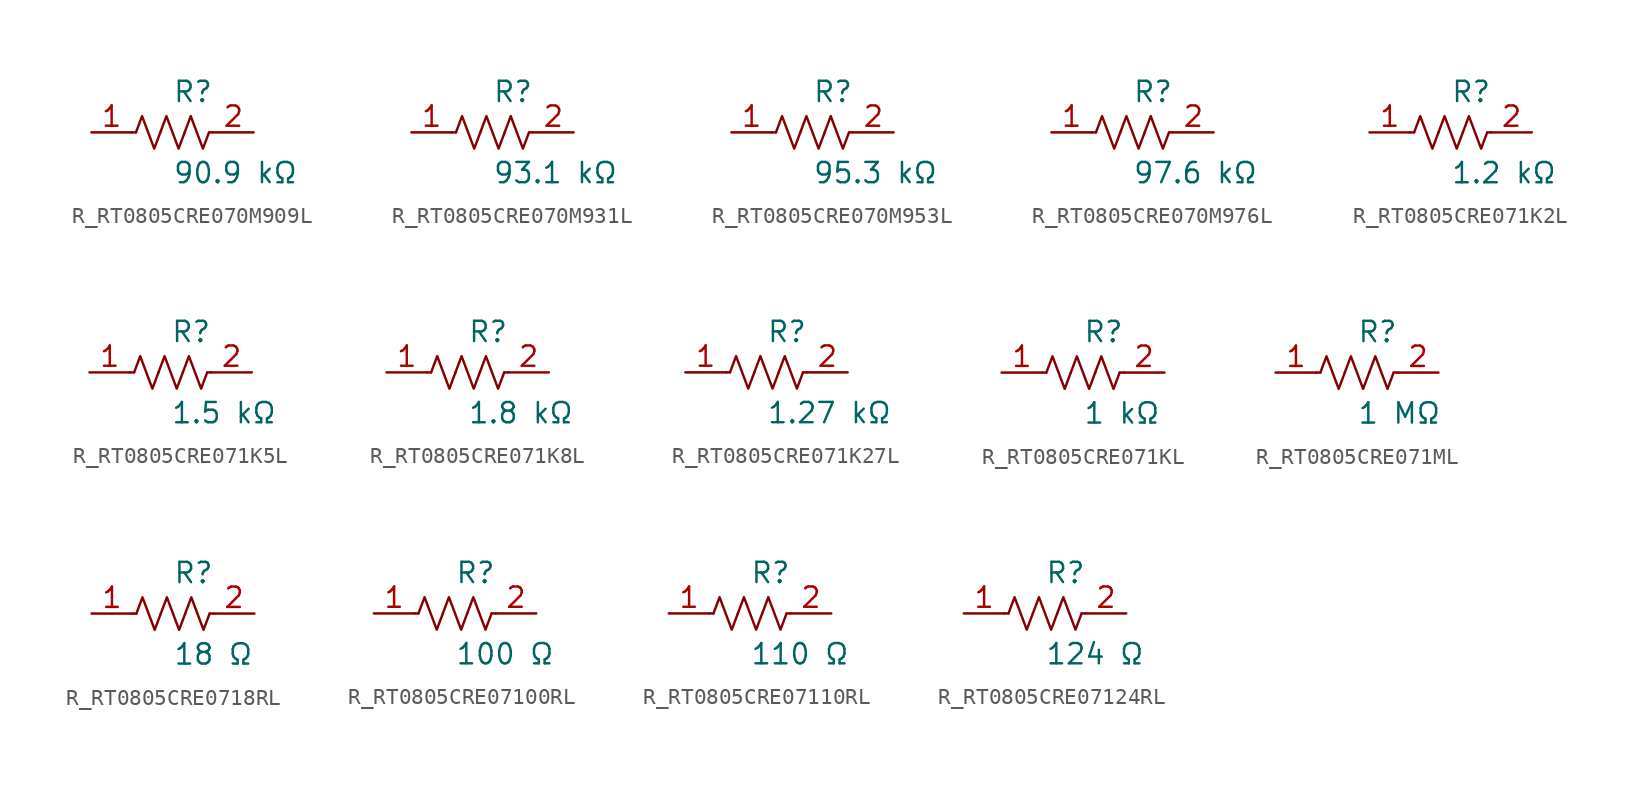
<source format=kicad_sym>
(kicad_symbol_lib
  (version 20231120)
  (generator kicad_symbol_editor)
  (generator_version 8.0)
  (symbol "R_RT0805CRE070M909L"
    (pin_names
      (offset 0.254))
    (property "Reference" "R"
      (at 0.0 2.54 0)
      (effects (font (size 1.27 1.27)) (justify left)))
    (property "Value" "90.9 kΩ"
      (at 0.0 -2.54 0)
      (effects (font (size 1.27 1.27)) (justify left)))
    (symbol "R_RT0805CRE070M909L_0_1"
      (polyline (pts (xy 2.286 0) (xy 2.54 0)) (stroke (width 0) (type default)) (fill (type none)))
      (polyline (pts (xy -2.286 0) (xy -2.54 0)) (stroke (width 0) (type default)) (fill (type none)))
      (polyline (pts (xy 0.762 0) (xy 1.143 1.016) (xy 1.524 0) (xy 1.905 -1.016) (xy 2.286 0)) (stroke (width 0) (type default)) (fill (type none)))
      (polyline (pts (xy -0.762 0) (xy -0.381 1.016) (xy 0 0) (xy 0.381 -1.016) (xy 0.762 0)) (stroke (width 0) (type default)) (fill (type none)))
      (polyline (pts (xy -2.286 0) (xy -1.905 1.016) (xy -1.524 0) (xy -1.143 -1.016) (xy -0.762 0)) (stroke (width 0) (type default)) (fill (type none))))
    (pin unspecified line
      (at -5.08 0 0)
      (length 2.54)
      (name "" (effects (font (size 1.27 1.27))))
      (number "1" (effects (font (size 1.27 1.27)))))
    (pin unspecified line
      (at 5.08 0 180)
      (length 2.54)
      (name "" (effects (font (size 1.27 1.27))))
      (number "2" (effects (font (size 1.27 1.27))))))
  (symbol "R_RT0805CRE070M931L"
    (pin_names
      (offset 0.254))
    (property "Reference" "R"
      (at 0.0 2.54 0)
      (effects (font (size 1.27 1.27)) (justify left)))
    (property "Value" "93.1 kΩ"
      (at 0.0 -2.54 0)
      (effects (font (size 1.27 1.27)) (justify left)))
    (symbol "R_RT0805CRE070M931L_0_1"
      (polyline (pts (xy 2.286 0) (xy 2.54 0)) (stroke (width 0) (type default)) (fill (type none)))
      (polyline (pts (xy -2.286 0) (xy -2.54 0)) (stroke (width 0) (type default)) (fill (type none)))
      (polyline (pts (xy 0.762 0) (xy 1.143 1.016) (xy 1.524 0) (xy 1.905 -1.016) (xy 2.286 0)) (stroke (width 0) (type default)) (fill (type none)))
      (polyline (pts (xy -0.762 0) (xy -0.381 1.016) (xy 0 0) (xy 0.381 -1.016) (xy 0.762 0)) (stroke (width 0) (type default)) (fill (type none)))
      (polyline (pts (xy -2.286 0) (xy -1.905 1.016) (xy -1.524 0) (xy -1.143 -1.016) (xy -0.762 0)) (stroke (width 0) (type default)) (fill (type none))))
    (pin unspecified line
      (at -5.08 0 0)
      (length 2.54)
      (name "" (effects (font (size 1.27 1.27))))
      (number "1" (effects (font (size 1.27 1.27)))))
    (pin unspecified line
      (at 5.08 0 180)
      (length 2.54)
      (name "" (effects (font (size 1.27 1.27))))
      (number "2" (effects (font (size 1.27 1.27))))))
  (symbol "R_RT0805CRE070M953L"
    (pin_names
      (offset 0.254))
    (property "Reference" "R"
      (at 0.0 2.54 0)
      (effects (font (size 1.27 1.27)) (justify left)))
    (property "Value" "95.3 kΩ"
      (at 0.0 -2.54 0)
      (effects (font (size 1.27 1.27)) (justify left)))
    (symbol "R_RT0805CRE070M953L_0_1"
      (polyline (pts (xy 2.286 0) (xy 2.54 0)) (stroke (width 0) (type default)) (fill (type none)))
      (polyline (pts (xy -2.286 0) (xy -2.54 0)) (stroke (width 0) (type default)) (fill (type none)))
      (polyline (pts (xy 0.762 0) (xy 1.143 1.016) (xy 1.524 0) (xy 1.905 -1.016) (xy 2.286 0)) (stroke (width 0) (type default)) (fill (type none)))
      (polyline (pts (xy -0.762 0) (xy -0.381 1.016) (xy 0 0) (xy 0.381 -1.016) (xy 0.762 0)) (stroke (width 0) (type default)) (fill (type none)))
      (polyline (pts (xy -2.286 0) (xy -1.905 1.016) (xy -1.524 0) (xy -1.143 -1.016) (xy -0.762 0)) (stroke (width 0) (type default)) (fill (type none))))
    (pin unspecified line
      (at -5.08 0 0)
      (length 2.54)
      (name "" (effects (font (size 1.27 1.27))))
      (number "1" (effects (font (size 1.27 1.27)))))
    (pin unspecified line
      (at 5.08 0 180)
      (length 2.54)
      (name "" (effects (font (size 1.27 1.27))))
      (number "2" (effects (font (size 1.27 1.27))))))
  (symbol "R_RT0805CRE070M976L"
    (pin_names
      (offset 0.254))
    (property "Reference" "R"
      (at 0.0 2.54 0)
      (effects (font (size 1.27 1.27)) (justify left)))
    (property "Value" "97.6 kΩ"
      (at 0.0 -2.54 0)
      (effects (font (size 1.27 1.27)) (justify left)))
    (symbol "R_RT0805CRE070M976L_0_1"
      (polyline (pts (xy 2.286 0) (xy 2.54 0)) (stroke (width 0) (type default)) (fill (type none)))
      (polyline (pts (xy -2.286 0) (xy -2.54 0)) (stroke (width 0) (type default)) (fill (type none)))
      (polyline (pts (xy 0.762 0) (xy 1.143 1.016) (xy 1.524 0) (xy 1.905 -1.016) (xy 2.286 0)) (stroke (width 0) (type default)) (fill (type none)))
      (polyline (pts (xy -0.762 0) (xy -0.381 1.016) (xy 0 0) (xy 0.381 -1.016) (xy 0.762 0)) (stroke (width 0) (type default)) (fill (type none)))
      (polyline (pts (xy -2.286 0) (xy -1.905 1.016) (xy -1.524 0) (xy -1.143 -1.016) (xy -0.762 0)) (stroke (width 0) (type default)) (fill (type none))))
    (pin unspecified line
      (at -5.08 0 0)
      (length 2.54)
      (name "" (effects (font (size 1.27 1.27))))
      (number "1" (effects (font (size 1.27 1.27)))))
    (pin unspecified line
      (at 5.08 0 180)
      (length 2.54)
      (name "" (effects (font (size 1.27 1.27))))
      (number "2" (effects (font (size 1.27 1.27))))))
  (symbol "R_RT0805CRE071K2L"
    (pin_names
      (offset 0.254))
    (property "Reference" "R"
      (at 0.0 2.54 0)
      (effects (font (size 1.27 1.27)) (justify left)))
    (property "Value" "1.2 kΩ"
      (at 0.0 -2.54 0)
      (effects (font (size 1.27 1.27)) (justify left)))
    (symbol "R_RT0805CRE071K2L_0_1"
      (polyline (pts (xy 2.286 0) (xy 2.54 0)) (stroke (width 0) (type default)) (fill (type none)))
      (polyline (pts (xy -2.286 0) (xy -2.54 0)) (stroke (width 0) (type default)) (fill (type none)))
      (polyline (pts (xy 0.762 0) (xy 1.143 1.016) (xy 1.524 0) (xy 1.905 -1.016) (xy 2.286 0)) (stroke (width 0) (type default)) (fill (type none)))
      (polyline (pts (xy -0.762 0) (xy -0.381 1.016) (xy 0 0) (xy 0.381 -1.016) (xy 0.762 0)) (stroke (width 0) (type default)) (fill (type none)))
      (polyline (pts (xy -2.286 0) (xy -1.905 1.016) (xy -1.524 0) (xy -1.143 -1.016) (xy -0.762 0)) (stroke (width 0) (type default)) (fill (type none))))
    (pin unspecified line
      (at -5.08 0 0)
      (length 2.54)
      (name "" (effects (font (size 1.27 1.27))))
      (number "1" (effects (font (size 1.27 1.27)))))
    (pin unspecified line
      (at 5.08 0 180)
      (length 2.54)
      (name "" (effects (font (size 1.27 1.27))))
      (number "2" (effects (font (size 1.27 1.27))))))
  (symbol "R_RT0805CRE071K5L"
    (pin_names
      (offset 0.254))
    (property "Reference" "R"
      (at 0.0 2.54 0)
      (effects (font (size 1.27 1.27)) (justify left)))
    (property "Value" "1.5 kΩ"
      (at 0.0 -2.54 0)
      (effects (font (size 1.27 1.27)) (justify left)))
    (symbol "R_RT0805CRE071K5L_0_1"
      (polyline (pts (xy 2.286 0) (xy 2.54 0)) (stroke (width 0) (type default)) (fill (type none)))
      (polyline (pts (xy -2.286 0) (xy -2.54 0)) (stroke (width 0) (type default)) (fill (type none)))
      (polyline (pts (xy 0.762 0) (xy 1.143 1.016) (xy 1.524 0) (xy 1.905 -1.016) (xy 2.286 0)) (stroke (width 0) (type default)) (fill (type none)))
      (polyline (pts (xy -0.762 0) (xy -0.381 1.016) (xy 0 0) (xy 0.381 -1.016) (xy 0.762 0)) (stroke (width 0) (type default)) (fill (type none)))
      (polyline (pts (xy -2.286 0) (xy -1.905 1.016) (xy -1.524 0) (xy -1.143 -1.016) (xy -0.762 0)) (stroke (width 0) (type default)) (fill (type none))))
    (pin unspecified line
      (at -5.08 0 0)
      (length 2.54)
      (name "" (effects (font (size 1.27 1.27))))
      (number "1" (effects (font (size 1.27 1.27)))))
    (pin unspecified line
      (at 5.08 0 180)
      (length 2.54)
      (name "" (effects (font (size 1.27 1.27))))
      (number "2" (effects (font (size 1.27 1.27))))))
  (symbol "R_RT0805CRE071K8L"
    (pin_names
      (offset 0.254))
    (property "Reference" "R"
      (at 0.0 2.54 0)
      (effects (font (size 1.27 1.27)) (justify left)))
    (property "Value" "1.8 kΩ"
      (at 0.0 -2.54 0)
      (effects (font (size 1.27 1.27)) (justify left)))
    (symbol "R_RT0805CRE071K8L_0_1"
      (polyline (pts (xy 2.286 0) (xy 2.54 0)) (stroke (width 0) (type default)) (fill (type none)))
      (polyline (pts (xy -2.286 0) (xy -2.54 0)) (stroke (width 0) (type default)) (fill (type none)))
      (polyline (pts (xy 0.762 0) (xy 1.143 1.016) (xy 1.524 0) (xy 1.905 -1.016) (xy 2.286 0)) (stroke (width 0) (type default)) (fill (type none)))
      (polyline (pts (xy -0.762 0) (xy -0.381 1.016) (xy 0 0) (xy 0.381 -1.016) (xy 0.762 0)) (stroke (width 0) (type default)) (fill (type none)))
      (polyline (pts (xy -2.286 0) (xy -1.905 1.016) (xy -1.524 0) (xy -1.143 -1.016) (xy -0.762 0)) (stroke (width 0) (type default)) (fill (type none))))
    (pin unspecified line
      (at -5.08 0 0)
      (length 2.54)
      (name "" (effects (font (size 1.27 1.27))))
      (number "1" (effects (font (size 1.27 1.27)))))
    (pin unspecified line
      (at 5.08 0 180)
      (length 2.54)
      (name "" (effects (font (size 1.27 1.27))))
      (number "2" (effects (font (size 1.27 1.27))))))
  (symbol "R_RT0805CRE071K27L"
    (pin_names
      (offset 0.254))
    (property "Reference" "R"
      (at 0.0 2.54 0)
      (effects (font (size 1.27 1.27)) (justify left)))
    (property "Value" "1.27 kΩ"
      (at 0.0 -2.54 0)
      (effects (font (size 1.27 1.27)) (justify left)))
    (symbol "R_RT0805CRE071K27L_0_1"
      (polyline (pts (xy 2.286 0) (xy 2.54 0)) (stroke (width 0) (type default)) (fill (type none)))
      (polyline (pts (xy -2.286 0) (xy -2.54 0)) (stroke (width 0) (type default)) (fill (type none)))
      (polyline (pts (xy 0.762 0) (xy 1.143 1.016) (xy 1.524 0) (xy 1.905 -1.016) (xy 2.286 0)) (stroke (width 0) (type default)) (fill (type none)))
      (polyline (pts (xy -0.762 0) (xy -0.381 1.016) (xy 0 0) (xy 0.381 -1.016) (xy 0.762 0)) (stroke (width 0) (type default)) (fill (type none)))
      (polyline (pts (xy -2.286 0) (xy -1.905 1.016) (xy -1.524 0) (xy -1.143 -1.016) (xy -0.762 0)) (stroke (width 0) (type default)) (fill (type none))))
    (pin unspecified line
      (at -5.08 0 0)
      (length 2.54)
      (name "" (effects (font (size 1.27 1.27))))
      (number "1" (effects (font (size 1.27 1.27)))))
    (pin unspecified line
      (at 5.08 0 180)
      (length 2.54)
      (name "" (effects (font (size 1.27 1.27))))
      (number "2" (effects (font (size 1.27 1.27))))))
  (symbol "R_RT0805CRE071KL"
    (pin_names
      (offset 0.254))
    (property "Reference" "R"
      (at 0.0 2.54 0)
      (effects (font (size 1.27 1.27)) (justify left)))
    (property "Value" "1 kΩ"
      (at 0.0 -2.54 0)
      (effects (font (size 1.27 1.27)) (justify left)))
    (symbol "R_RT0805CRE071KL_0_1"
      (polyline (pts (xy 2.286 0) (xy 2.54 0)) (stroke (width 0) (type default)) (fill (type none)))
      (polyline (pts (xy -2.286 0) (xy -2.54 0)) (stroke (width 0) (type default)) (fill (type none)))
      (polyline (pts (xy 0.762 0) (xy 1.143 1.016) (xy 1.524 0) (xy 1.905 -1.016) (xy 2.286 0)) (stroke (width 0) (type default)) (fill (type none)))
      (polyline (pts (xy -0.762 0) (xy -0.381 1.016) (xy 0 0) (xy 0.381 -1.016) (xy 0.762 0)) (stroke (width 0) (type default)) (fill (type none)))
      (polyline (pts (xy -2.286 0) (xy -1.905 1.016) (xy -1.524 0) (xy -1.143 -1.016) (xy -0.762 0)) (stroke (width 0) (type default)) (fill (type none))))
    (pin unspecified line
      (at -5.08 0 0)
      (length 2.54)
      (name "" (effects (font (size 1.27 1.27))))
      (number "1" (effects (font (size 1.27 1.27)))))
    (pin unspecified line
      (at 5.08 0 180)
      (length 2.54)
      (name "" (effects (font (size 1.27 1.27))))
      (number "2" (effects (font (size 1.27 1.27))))))
  (symbol "R_RT0805CRE071ML"
    (pin_names
      (offset 0.254))
    (property "Reference" "R"
      (at 0.0 2.54 0)
      (effects (font (size 1.27 1.27)) (justify left)))
    (property "Value" "1 MΩ"
      (at 0.0 -2.54 0)
      (effects (font (size 1.27 1.27)) (justify left)))
    (symbol "R_RT0805CRE071ML_0_1"
      (polyline (pts (xy 2.286 0) (xy 2.54 0)) (stroke (width 0) (type default)) (fill (type none)))
      (polyline (pts (xy -2.286 0) (xy -2.54 0)) (stroke (width 0) (type default)) (fill (type none)))
      (polyline (pts (xy 0.762 0) (xy 1.143 1.016) (xy 1.524 0) (xy 1.905 -1.016) (xy 2.286 0)) (stroke (width 0) (type default)) (fill (type none)))
      (polyline (pts (xy -0.762 0) (xy -0.381 1.016) (xy 0 0) (xy 0.381 -1.016) (xy 0.762 0)) (stroke (width 0) (type default)) (fill (type none)))
      (polyline (pts (xy -2.286 0) (xy -1.905 1.016) (xy -1.524 0) (xy -1.143 -1.016) (xy -0.762 0)) (stroke (width 0) (type default)) (fill (type none))))
    (pin unspecified line
      (at -5.08 0 0)
      (length 2.54)
      (name "" (effects (font (size 1.27 1.27))))
      (number "1" (effects (font (size 1.27 1.27)))))
    (pin unspecified line
      (at 5.08 0 180)
      (length 2.54)
      (name "" (effects (font (size 1.27 1.27))))
      (number "2" (effects (font (size 1.27 1.27))))))
  (symbol "R_RT0805CRE0718RL"
    (pin_names
      (offset 0.254))
    (property "Reference" "R"
      (at 0.0 2.54 0)
      (effects (font (size 1.27 1.27)) (justify left)))
    (property "Value" "18 Ω"
      (at 0.0 -2.54 0)
      (effects (font (size 1.27 1.27)) (justify left)))
    (symbol "R_RT0805CRE0718RL_0_1"
      (polyline (pts (xy 2.286 0) (xy 2.54 0)) (stroke (width 0) (type default)) (fill (type none)))
      (polyline (pts (xy -2.286 0) (xy -2.54 0)) (stroke (width 0) (type default)) (fill (type none)))
      (polyline (pts (xy 0.762 0) (xy 1.143 1.016) (xy 1.524 0) (xy 1.905 -1.016) (xy 2.286 0)) (stroke (width 0) (type default)) (fill (type none)))
      (polyline (pts (xy -0.762 0) (xy -0.381 1.016) (xy 0 0) (xy 0.381 -1.016) (xy 0.762 0)) (stroke (width 0) (type default)) (fill (type none)))
      (polyline (pts (xy -2.286 0) (xy -1.905 1.016) (xy -1.524 0) (xy -1.143 -1.016) (xy -0.762 0)) (stroke (width 0) (type default)) (fill (type none))))
    (pin unspecified line
      (at -5.08 0 0)
      (length 2.54)
      (name "" (effects (font (size 1.27 1.27))))
      (number "1" (effects (font (size 1.27 1.27)))))
    (pin unspecified line
      (at 5.08 0 180)
      (length 2.54)
      (name "" (effects (font (size 1.27 1.27))))
      (number "2" (effects (font (size 1.27 1.27))))))
  (symbol "R_RT0805CRE07100RL"
    (pin_names
      (offset 0.254))
    (property "Reference" "R"
      (at 0.0 2.54 0)
      (effects (font (size 1.27 1.27)) (justify left)))
    (property "Value" "100 Ω"
      (at 0.0 -2.54 0)
      (effects (font (size 1.27 1.27)) (justify left)))
    (symbol "R_RT0805CRE07100RL_0_1"
      (polyline (pts (xy 2.286 0) (xy 2.54 0)) (stroke (width 0) (type default)) (fill (type none)))
      (polyline (pts (xy -2.286 0) (xy -2.54 0)) (stroke (width 0) (type default)) (fill (type none)))
      (polyline (pts (xy 0.762 0) (xy 1.143 1.016) (xy 1.524 0) (xy 1.905 -1.016) (xy 2.286 0)) (stroke (width 0) (type default)) (fill (type none)))
      (polyline (pts (xy -0.762 0) (xy -0.381 1.016) (xy 0 0) (xy 0.381 -1.016) (xy 0.762 0)) (stroke (width 0) (type default)) (fill (type none)))
      (polyline (pts (xy -2.286 0) (xy -1.905 1.016) (xy -1.524 0) (xy -1.143 -1.016) (xy -0.762 0)) (stroke (width 0) (type default)) (fill (type none))))
    (pin unspecified line
      (at -5.08 0 0)
      (length 2.54)
      (name "" (effects (font (size 1.27 1.27))))
      (number "1" (effects (font (size 1.27 1.27)))))
    (pin unspecified line
      (at 5.08 0 180)
      (length 2.54)
      (name "" (effects (font (size 1.27 1.27))))
      (number "2" (effects (font (size 1.27 1.27))))))
  (symbol "R_RT0805CRE07110RL"
    (pin_names
      (offset 0.254))
    (property "Reference" "R"
      (at 0.0 2.54 0)
      (effects (font (size 1.27 1.27)) (justify left)))
    (property "Value" "110 Ω"
      (at 0.0 -2.54 0)
      (effects (font (size 1.27 1.27)) (justify left)))
    (symbol "R_RT0805CRE07110RL_0_1"
      (polyline (pts (xy 2.286 0) (xy 2.54 0)) (stroke (width 0) (type default)) (fill (type none)))
      (polyline (pts (xy -2.286 0) (xy -2.54 0)) (stroke (width 0) (type default)) (fill (type none)))
      (polyline (pts (xy 0.762 0) (xy 1.143 1.016) (xy 1.524 0) (xy 1.905 -1.016) (xy 2.286 0)) (stroke (width 0) (type default)) (fill (type none)))
      (polyline (pts (xy -0.762 0) (xy -0.381 1.016) (xy 0 0) (xy 0.381 -1.016) (xy 0.762 0)) (stroke (width 0) (type default)) (fill (type none)))
      (polyline (pts (xy -2.286 0) (xy -1.905 1.016) (xy -1.524 0) (xy -1.143 -1.016) (xy -0.762 0)) (stroke (width 0) (type default)) (fill (type none))))
    (pin unspecified line
      (at -5.08 0 0)
      (length 2.54)
      (name "" (effects (font (size 1.27 1.27))))
      (number "1" (effects (font (size 1.27 1.27)))))
    (pin unspecified line
      (at 5.08 0 180)
      (length 2.54)
      (name "" (effects (font (size 1.27 1.27))))
      (number "2" (effects (font (size 1.27 1.27))))))
  (symbol "R_RT0805CRE07124RL"
    (pin_names
      (offset 0.254))
    (property "Reference" "R"
      (at 0.0 2.54 0)
      (effects (font (size 1.27 1.27)) (justify left)))
    (property "Value" "124 Ω"
      (at 0.0 -2.54 0)
      (effects (font (size 1.27 1.27)) (justify left)))
    (symbol "R_RT0805CRE07124RL_0_1"
      (polyline (pts (xy 2.286 0) (xy 2.54 0)) (stroke (width 0) (type default)) (fill (type none)))
      (polyline (pts (xy -2.286 0) (xy -2.54 0)) (stroke (width 0) (type default)) (fill (type none)))
      (polyline (pts (xy 0.762 0) (xy 1.143 1.016) (xy 1.524 0) (xy 1.905 -1.016) (xy 2.286 0)) (stroke (width 0) (type default)) (fill (type none)))
      (polyline (pts (xy -0.762 0) (xy -0.381 1.016) (xy 0 0) (xy 0.381 -1.016) (xy 0.762 0)) (stroke (width 0) (type default)) (fill (type none)))
      (polyline (pts (xy -2.286 0) (xy -1.905 1.016) (xy -1.524 0) (xy -1.143 -1.016) (xy -0.762 0)) (stroke (width 0) (type default)) (fill (type none))))
    (pin unspecified line
      (at -5.08 0 0)
      (length 2.54)
      (name "" (effects (font (size 1.27 1.27))))
      (number "1" (effects (font (size 1.27 1.27)))))
    (pin unspecified line
      (at 5.08 0 180)
      (length 2.54)
      (name "" (effects (font (size 1.27 1.27))))
      (number "2" (effects (font (size 1.27 1.27)))))))
</source>
